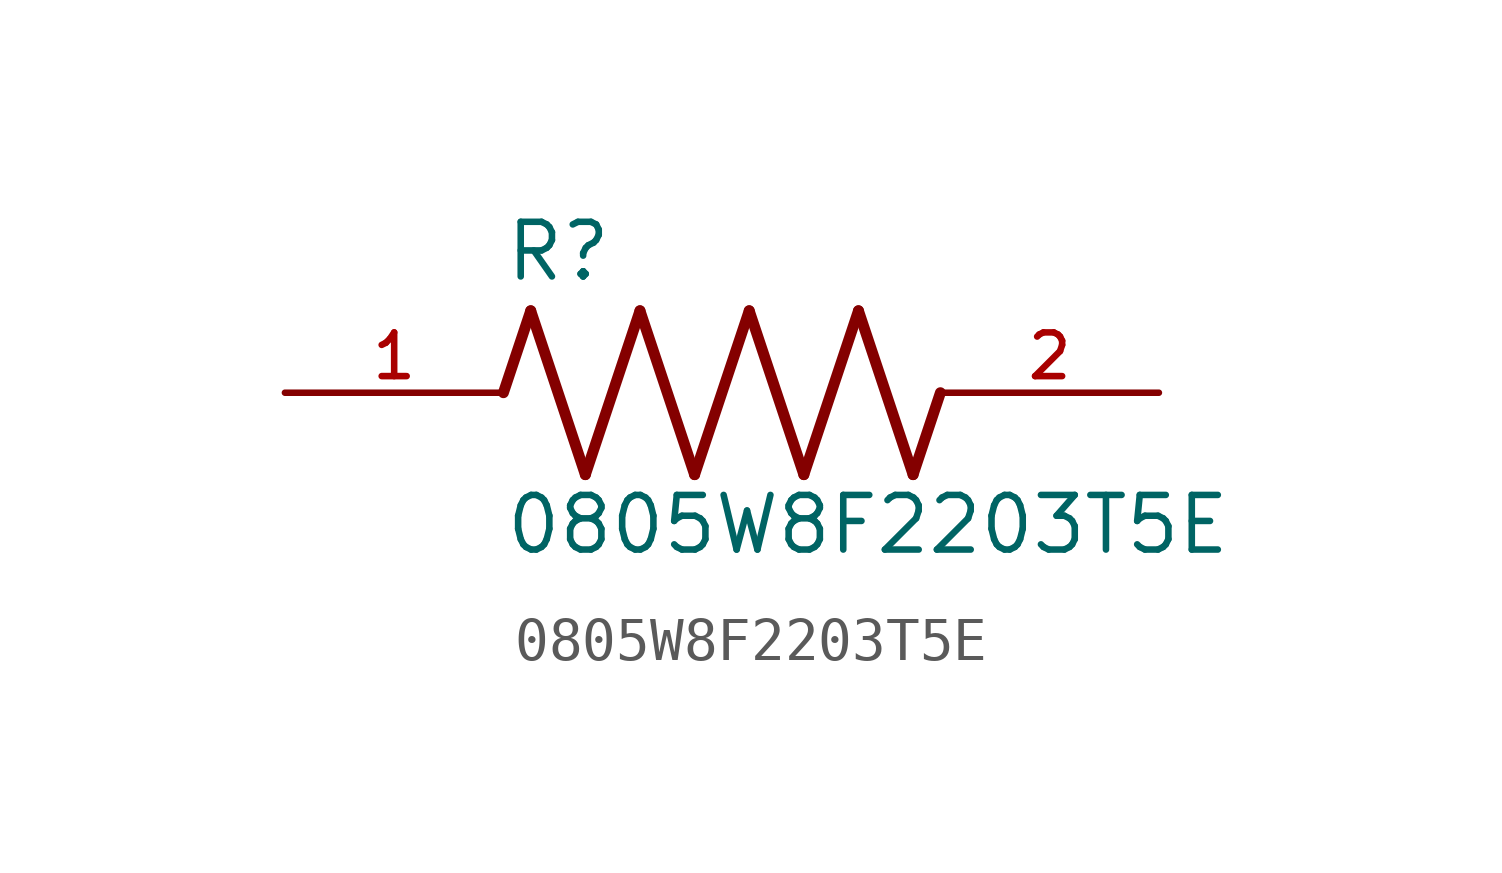
<source format=kicad_sym>
(kicad_symbol_lib
  (version 20211014)
  (generator kicad_symbol_editor)
  (symbol "0805W8F2203T5E"
    (pin_names
      (offset 1.016))
    (property "Reference" "R"
      (at -5.08 2.54 0)
      (effects (font (size 1.27 1.27)) (justify bottom left)))
    (property "Value" "0805W8F2203T5E"
      (at -5.08 -3.81 0)
      (effects (font (size 1.27 1.27)) (justify bottom left)))
    (symbol "0805W8F2203T5E_0_0"
      (polyline (pts (xy -5.08 0.0) (xy -4.445 1.905)) (stroke (width 0.254)))
      (polyline (pts (xy -4.445 1.905) (xy -3.175 -1.905)) (stroke (width 0.254)))
      (polyline (pts (xy -3.175 -1.905) (xy -1.905 1.905)) (stroke (width 0.254)))
      (polyline (pts (xy -1.905 1.905) (xy -0.635 -1.905)) (stroke (width 0.254)))
      (polyline (pts (xy -0.635 -1.905) (xy 0.635 1.905)) (stroke (width 0.254)))
      (polyline (pts (xy 0.635 1.905) (xy 1.905 -1.905)) (stroke (width 0.254)))
      (polyline (pts (xy 1.905 -1.905) (xy 3.175 1.905)) (stroke (width 0.254)))
      (polyline (pts (xy 3.175 1.905) (xy 4.445 -1.905)) (stroke (width 0.254)))
      (polyline (pts (xy 4.445 -1.905) (xy 5.08 0.0)) (stroke (width 0.254)))
      (pin passive line (at -10.16 0.0 0) (length 5.08) (name "~" (effects (font (size 1.016 1.016)))) (number "1" (effects (font (size 1.016 1.016)))))
      (pin passive line (at 10.16 0.0 180.0) (length 5.08) (name "~" (effects (font (size 1.016 1.016)))) (number "2" (effects (font (size 1.016 1.016))))))))
</source>
